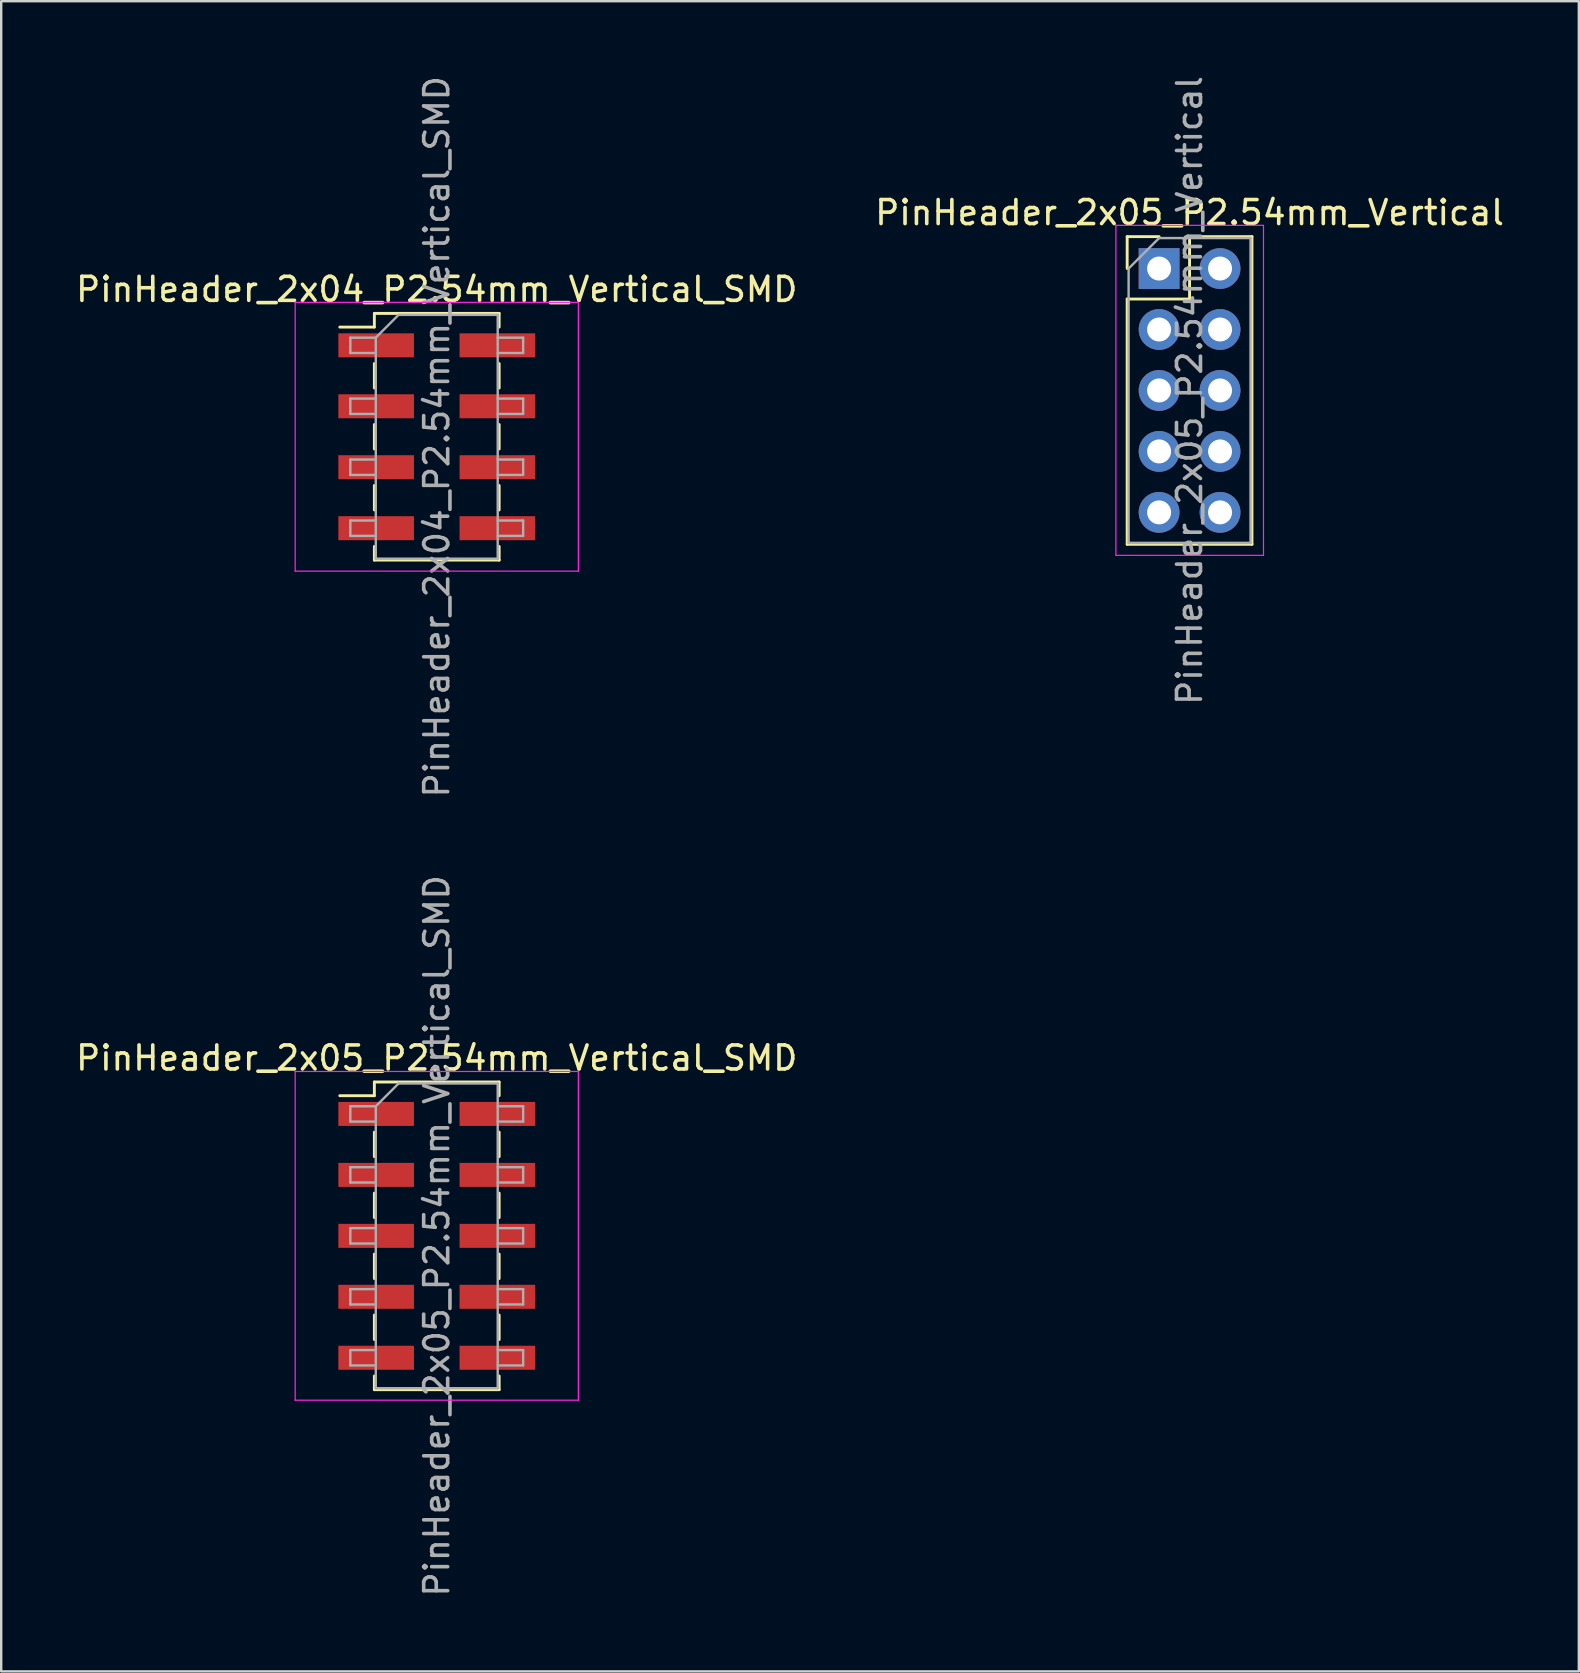
<source format=kicad_pcb>
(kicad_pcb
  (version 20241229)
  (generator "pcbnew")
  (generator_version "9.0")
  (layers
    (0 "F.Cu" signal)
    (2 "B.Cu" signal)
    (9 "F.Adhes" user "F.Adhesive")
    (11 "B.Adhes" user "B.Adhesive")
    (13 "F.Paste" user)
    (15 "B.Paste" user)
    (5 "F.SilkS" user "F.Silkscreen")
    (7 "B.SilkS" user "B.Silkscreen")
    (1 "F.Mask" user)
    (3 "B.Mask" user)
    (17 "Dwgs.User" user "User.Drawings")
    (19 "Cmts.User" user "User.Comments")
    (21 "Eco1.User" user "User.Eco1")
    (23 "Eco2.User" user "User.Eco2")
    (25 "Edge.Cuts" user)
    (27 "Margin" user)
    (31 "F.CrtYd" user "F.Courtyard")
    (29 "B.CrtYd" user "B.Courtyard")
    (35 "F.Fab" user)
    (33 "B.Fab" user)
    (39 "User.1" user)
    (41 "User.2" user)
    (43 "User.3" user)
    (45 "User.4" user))
  (footprint "PinHeader_2x05_P2.54mm_Vertical"
    (layer "F.Cu")
    (at 45.248 8.14)
    (property "Reference" "PinHeader_2x05_P2.54mm_Vertical" (at 1.27 -2.33 0) (layer "F.SilkS") (effects (font (size 1 1) (thickness 0.15))))
    (attr through_hole)
    (fp_line (start -1.33 -1.33) (end 0 -1.33) (stroke (width 0.12) (type solid)) (layer "F.SilkS"))
    (fp_line (start -1.33 0) (end -1.33 -1.33) (stroke (width 0.12) (type solid)) (layer "F.SilkS"))
    (fp_line (start -1.33 1.27) (end -1.33 11.49) (stroke (width 0.12) (type solid)) (layer "F.SilkS"))
    (fp_line (start -1.33 1.27) (end 1.27 1.27) (stroke (width 0.12) (type solid)) (layer "F.SilkS"))
    (fp_line (start -1.33 11.49) (end 3.87 11.49) (stroke (width 0.12) (type solid)) (layer "F.SilkS"))
    (fp_line (start 1.27 -1.33) (end 3.87 -1.33) (stroke (width 0.12) (type solid)) (layer "F.SilkS"))
    (fp_line (start 1.27 1.27) (end 1.27 -1.33) (stroke (width 0.12) (type solid)) (layer "F.SilkS"))
    (fp_line (start 3.87 -1.33) (end 3.87 11.49) (stroke (width 0.12) (type solid)) (layer "F.SilkS"))
    (fp_line (start -1.8 -1.8) (end -1.8 11.95) (stroke (width 0.05) (type solid)) (layer "F.CrtYd"))
    (fp_line (start -1.8 11.95) (end 4.35 11.95) (stroke (width 0.05) (type solid)) (layer "F.CrtYd"))
    (fp_line (start 4.35 -1.8) (end -1.8 -1.8) (stroke (width 0.05) (type solid)) (layer "F.CrtYd"))
    (fp_line (start 4.35 11.95) (end 4.35 -1.8) (stroke (width 0.05) (type solid)) (layer "F.CrtYd"))
    (fp_line (start -1.27 0) (end 0 -1.27) (stroke (width 0.1) (type solid)) (layer "F.Fab"))
    (fp_line (start -1.27 11.43) (end -1.27 0) (stroke (width 0.1) (type solid)) (layer "F.Fab"))
    (fp_line (start 0 -1.27) (end 3.81 -1.27) (stroke (width 0.1) (type solid)) (layer "F.Fab"))
    (fp_line (start 3.81 -1.27) (end 3.81 11.43) (stroke (width 0.1) (type solid)) (layer "F.Fab"))
    (fp_line (start 3.81 11.43) (end -1.27 11.43) (stroke (width 0.1) (type solid)) (layer "F.Fab"))
    (fp_text user "${REFERENCE}" (at 1.27 5.08 90) (layer "F.Fab") (effects (font (size 1 1) (thickness 0.15))))
    (pad "1" thru_hole rect (at 0 0) (size 1.7 1.7) (drill 1) (layers "*.Cu" "*.Mask"))
    (pad "2" thru_hole oval (at 2.54 0) (size 1.7 1.7) (drill 1) (layers "*.Cu" "*.Mask"))
    (pad "3" thru_hole oval (at 0 2.54) (size 1.7 1.7) (drill 1) (layers "*.Cu" "*.Mask"))
    (pad "4" thru_hole oval (at 2.54 2.54) (size 1.7 1.7) (drill 1) (layers "*.Cu" "*.Mask"))
    (pad "5" thru_hole oval (at 0 5.08) (size 1.7 1.7) (drill 1) (layers "*.Cu" "*.Mask"))
    (pad "6" thru_hole oval (at 2.54 5.08) (size 1.7 1.7) (drill 1) (layers "*.Cu" "*.Mask"))
    (pad "7" thru_hole oval (at 0 7.62) (size 1.7 1.7) (drill 1) (layers "*.Cu" "*.Mask"))
    (pad "8" thru_hole oval (at 2.54 7.62) (size 1.7 1.7) (drill 1) (layers "*.Cu" "*.Mask"))
    (pad "9" thru_hole oval (at 0 10.16) (size 1.7 1.7) (drill 1) (layers "*.Cu" "*.Mask"))
    (pad "10" thru_hole oval (at 2.54 10.16) (size 1.7 1.7) (drill 1) (layers "*.Cu" "*.Mask")))
  (footprint "PinHeader_2x05_P2.54mm_Vertical_SMD"
    (layer "F.Cu")
    (at 15.149 48.446)
    (property "Reference" "PinHeader_2x05_P2.54mm_Vertical_SMD" (at 0 -7.41 0) (layer "F.SilkS") (effects (font (size 1 1) (thickness 0.15))))
    (attr smd)
    (fp_line (start -4.04 -5.84) (end -2.6 -5.84) (stroke (width 0.12) (type solid)) (layer "F.SilkS"))
    (fp_line (start -2.6 -6.41) (end -2.6 -5.84) (stroke (width 0.12) (type solid)) (layer "F.SilkS"))
    (fp_line (start -2.6 -6.41) (end 2.6 -6.41) (stroke (width 0.12) (type solid)) (layer "F.SilkS"))
    (fp_line (start -2.6 -4.32) (end -2.6 -3.3) (stroke (width 0.12) (type solid)) (layer "F.SilkS"))
    (fp_line (start -2.6 -1.78) (end -2.6 -0.76) (stroke (width 0.12) (type solid)) (layer "F.SilkS"))
    (fp_line (start -2.6 0.76) (end -2.6 1.78) (stroke (width 0.12) (type solid)) (layer "F.SilkS"))
    (fp_line (start -2.6 3.3) (end -2.6 4.32) (stroke (width 0.12) (type solid)) (layer "F.SilkS"))
    (fp_line (start -2.6 5.84) (end -2.6 6.41) (stroke (width 0.12) (type solid)) (layer "F.SilkS"))
    (fp_line (start -2.6 6.41) (end 2.6 6.41) (stroke (width 0.12) (type solid)) (layer "F.SilkS"))
    (fp_line (start 2.6 -6.41) (end 2.6 -5.84) (stroke (width 0.12) (type solid)) (layer "F.SilkS"))
    (fp_line (start 2.6 -4.32) (end 2.6 -3.3) (stroke (width 0.12) (type solid)) (layer "F.SilkS"))
    (fp_line (start 2.6 -1.78) (end 2.6 -0.76) (stroke (width 0.12) (type solid)) (layer "F.SilkS"))
    (fp_line (start 2.6 0.76) (end 2.6 1.78) (stroke (width 0.12) (type solid)) (layer "F.SilkS"))
    (fp_line (start 2.6 3.3) (end 2.6 4.32) (stroke (width 0.12) (type solid)) (layer "F.SilkS"))
    (fp_line (start 2.6 5.84) (end 2.6 6.41) (stroke (width 0.12) (type solid)) (layer "F.SilkS"))
    (fp_line (start -5.9 -6.85) (end -5.9 6.85) (stroke (width 0.05) (type solid)) (layer "F.CrtYd"))
    (fp_line (start -5.9 6.85) (end 5.9 6.85) (stroke (width 0.05) (type solid)) (layer "F.CrtYd"))
    (fp_line (start 5.9 -6.85) (end -5.9 -6.85) (stroke (width 0.05) (type solid)) (layer "F.CrtYd"))
    (fp_line (start 5.9 6.85) (end 5.9 -6.85) (stroke (width 0.05) (type solid)) (layer "F.CrtYd"))
    (fp_line (start -3.6 -5.4) (end -3.6 -4.76) (stroke (width 0.1) (type solid)) (layer "F.Fab"))
    (fp_line (start -3.6 -4.76) (end -2.54 -4.76) (stroke (width 0.1) (type solid)) (layer "F.Fab"))
    (fp_line (start -3.6 -2.86) (end -3.6 -2.22) (stroke (width 0.1) (type solid)) (layer "F.Fab"))
    (fp_line (start -3.6 -2.22) (end -2.54 -2.22) (stroke (width 0.1) (type solid)) (layer "F.Fab"))
    (fp_line (start -3.6 -0.32) (end -3.6 0.32) (stroke (width 0.1) (type solid)) (layer "F.Fab"))
    (fp_line (start -3.6 0.32) (end -2.54 0.32) (stroke (width 0.1) (type solid)) (layer "F.Fab"))
    (fp_line (start -3.6 2.22) (end -3.6 2.86) (stroke (width 0.1) (type solid)) (layer "F.Fab"))
    (fp_line (start -3.6 2.86) (end -2.54 2.86) (stroke (width 0.1) (type solid)) (layer "F.Fab"))
    (fp_line (start -3.6 4.76) (end -3.6 5.4) (stroke (width 0.1) (type solid)) (layer "F.Fab"))
    (fp_line (start -3.6 5.4) (end -2.54 5.4) (stroke (width 0.1) (type solid)) (layer "F.Fab"))
    (fp_line (start -2.54 -5.4) (end -3.6 -5.4) (stroke (width 0.1) (type solid)) (layer "F.Fab"))
    (fp_line (start -2.54 -5.4) (end -1.59 -6.35) (stroke (width 0.1) (type solid)) (layer "F.Fab"))
    (fp_line (start -2.54 -2.86) (end -3.6 -2.86) (stroke (width 0.1) (type solid)) (layer "F.Fab"))
    (fp_line (start -2.54 -0.32) (end -3.6 -0.32) (stroke (width 0.1) (type solid)) (layer "F.Fab"))
    (fp_line (start -2.54 2.22) (end -3.6 2.22) (stroke (width 0.1) (type solid)) (layer "F.Fab"))
    (fp_line (start -2.54 4.76) (end -3.6 4.76) (stroke (width 0.1) (type solid)) (layer "F.Fab"))
    (fp_line (start -2.54 6.35) (end -2.54 -5.4) (stroke (width 0.1) (type solid)) (layer "F.Fab"))
    (fp_line (start -1.59 -6.35) (end 2.54 -6.35) (stroke (width 0.1) (type solid)) (layer "F.Fab"))
    (fp_line (start 2.54 -6.35) (end 2.54 6.35) (stroke (width 0.1) (type solid)) (layer "F.Fab"))
    (fp_line (start 2.54 -5.4) (end 3.6 -5.4) (stroke (width 0.1) (type solid)) (layer "F.Fab"))
    (fp_line (start 2.54 -2.86) (end 3.6 -2.86) (stroke (width 0.1) (type solid)) (layer "F.Fab"))
    (fp_line (start 2.54 -0.32) (end 3.6 -0.32) (stroke (width 0.1) (type solid)) (layer "F.Fab"))
    (fp_line (start 2.54 2.22) (end 3.6 2.22) (stroke (width 0.1) (type solid)) (layer "F.Fab"))
    (fp_line (start 2.54 4.76) (end 3.6 4.76) (stroke (width 0.1) (type solid)) (layer "F.Fab"))
    (fp_line (start 2.54 6.35) (end -2.54 6.35) (stroke (width 0.1) (type solid)) (layer "F.Fab"))
    (fp_line (start 3.6 -5.4) (end 3.6 -4.76) (stroke (width 0.1) (type solid)) (layer "F.Fab"))
    (fp_line (start 3.6 -4.76) (end 2.54 -4.76) (stroke (width 0.1) (type solid)) (layer "F.Fab"))
    (fp_line (start 3.6 -2.86) (end 3.6 -2.22) (stroke (width 0.1) (type solid)) (layer "F.Fab"))
    (fp_line (start 3.6 -2.22) (end 2.54 -2.22) (stroke (width 0.1) (type solid)) (layer "F.Fab"))
    (fp_line (start 3.6 -0.32) (end 3.6 0.32) (stroke (width 0.1) (type solid)) (layer "F.Fab"))
    (fp_line (start 3.6 0.32) (end 2.54 0.32) (stroke (width 0.1) (type solid)) (layer "F.Fab"))
    (fp_line (start 3.6 2.22) (end 3.6 2.86) (stroke (width 0.1) (type solid)) (layer "F.Fab"))
    (fp_line (start 3.6 2.86) (end 2.54 2.86) (stroke (width 0.1) (type solid)) (layer "F.Fab"))
    (fp_line (start 3.6 4.76) (end 3.6 5.4) (stroke (width 0.1) (type solid)) (layer "F.Fab"))
    (fp_line (start 3.6 5.4) (end 2.54 5.4) (stroke (width 0.1) (type solid)) (layer "F.Fab"))
    (fp_text user "${REFERENCE}" (at 0 0 90) (layer "F.Fab") (effects (font (size 1 1) (thickness 0.15))))
    (pad "1" smd rect (at -2.525 -5.08) (size 3.15 1) (layers "F.Cu" "F.Mask" "F.Paste"))
    (pad "2" smd rect (at 2.525 -5.08) (size 3.15 1) (layers "F.Cu" "F.Mask" "F.Paste"))
    (pad "3" smd rect (at -2.525 -2.54) (size 3.15 1) (layers "F.Cu" "F.Mask" "F.Paste"))
    (pad "4" smd rect (at 2.525 -2.54) (size 3.15 1) (layers "F.Cu" "F.Mask" "F.Paste"))
    (pad "5" smd rect (at -2.525 0) (size 3.15 1) (layers "F.Cu" "F.Mask" "F.Paste"))
    (pad "6" smd rect (at 2.525 0) (size 3.15 1) (layers "F.Cu" "F.Mask" "F.Paste"))
    (pad "7" smd rect (at -2.525 2.54) (size 3.15 1) (layers "F.Cu" "F.Mask" "F.Paste"))
    (pad "8" smd rect (at 2.525 2.54) (size 3.15 1) (layers "F.Cu" "F.Mask" "F.Paste"))
    (pad "9" smd rect (at -2.525 5.08) (size 3.15 1) (layers "F.Cu" "F.Mask" "F.Paste"))
    (pad "10" smd rect (at 2.525 5.08) (size 3.15 1) (layers "F.Cu" "F.Mask" "F.Paste")))
  (footprint "PinHeader_2x04_P2.54mm_Vertical_SMD"
    (layer "F.Cu")
    (at 15.149 15.149)
    (property "Reference" "PinHeader_2x04_P2.54mm_Vertical_SMD" (at 0 -6.14 0) (layer "F.SilkS") (effects (font (size 1 1) (thickness 0.15))))
    (attr smd)
    (fp_line (start -4.04 -4.57) (end -2.6 -4.57) (stroke (width 0.12) (type solid)) (layer "F.SilkS"))
    (fp_line (start -2.6 -5.14) (end -2.6 -4.57) (stroke (width 0.12) (type solid)) (layer "F.SilkS"))
    (fp_line (start -2.6 -5.14) (end 2.6 -5.14) (stroke (width 0.12) (type solid)) (layer "F.SilkS"))
    (fp_line (start -2.6 -3.05) (end -2.6 -2.03) (stroke (width 0.12) (type solid)) (layer "F.SilkS"))
    (fp_line (start -2.6 -0.51) (end -2.6 0.51) (stroke (width 0.12) (type solid)) (layer "F.SilkS"))
    (fp_line (start -2.6 2.03) (end -2.6 3.05) (stroke (width 0.12) (type solid)) (layer "F.SilkS"))
    (fp_line (start -2.6 4.57) (end -2.6 5.14) (stroke (width 0.12) (type solid)) (layer "F.SilkS"))
    (fp_line (start -2.6 5.14) (end 2.6 5.14) (stroke (width 0.12) (type solid)) (layer "F.SilkS"))
    (fp_line (start 2.6 -5.14) (end 2.6 -4.57) (stroke (width 0.12) (type solid)) (layer "F.SilkS"))
    (fp_line (start 2.6 -3.05) (end 2.6 -2.03) (stroke (width 0.12) (type solid)) (layer "F.SilkS"))
    (fp_line (start 2.6 -0.51) (end 2.6 0.51) (stroke (width 0.12) (type solid)) (layer "F.SilkS"))
    (fp_line (start 2.6 2.03) (end 2.6 3.05) (stroke (width 0.12) (type solid)) (layer "F.SilkS"))
    (fp_line (start 2.6 4.57) (end 2.6 5.14) (stroke (width 0.12) (type solid)) (layer "F.SilkS"))
    (fp_line (start -5.9 -5.6) (end -5.9 5.6) (stroke (width 0.05) (type solid)) (layer "F.CrtYd"))
    (fp_line (start -5.9 5.6) (end 5.9 5.6) (stroke (width 0.05) (type solid)) (layer "F.CrtYd"))
    (fp_line (start 5.9 -5.6) (end -5.9 -5.6) (stroke (width 0.05) (type solid)) (layer "F.CrtYd"))
    (fp_line (start 5.9 5.6) (end 5.9 -5.6) (stroke (width 0.05) (type solid)) (layer "F.CrtYd"))
    (fp_line (start -3.6 -4.13) (end -3.6 -3.49) (stroke (width 0.1) (type solid)) (layer "F.Fab"))
    (fp_line (start -3.6 -3.49) (end -2.54 -3.49) (stroke (width 0.1) (type solid)) (layer "F.Fab"))
    (fp_line (start -3.6 -1.59) (end -3.6 -0.95) (stroke (width 0.1) (type solid)) (layer "F.Fab"))
    (fp_line (start -3.6 -0.95) (end -2.54 -0.95) (stroke (width 0.1) (type solid)) (layer "F.Fab"))
    (fp_line (start -3.6 0.95) (end -3.6 1.59) (stroke (width 0.1) (type solid)) (layer "F.Fab"))
    (fp_line (start -3.6 1.59) (end -2.54 1.59) (stroke (width 0.1) (type solid)) (layer "F.Fab"))
    (fp_line (start -3.6 3.49) (end -3.6 4.13) (stroke (width 0.1) (type solid)) (layer "F.Fab"))
    (fp_line (start -3.6 4.13) (end -2.54 4.13) (stroke (width 0.1) (type solid)) (layer "F.Fab"))
    (fp_line (start -2.54 -4.13) (end -3.6 -4.13) (stroke (width 0.1) (type solid)) (layer "F.Fab"))
    (fp_line (start -2.54 -4.13) (end -1.59 -5.08) (stroke (width 0.1) (type solid)) (layer "F.Fab"))
    (fp_line (start -2.54 -1.59) (end -3.6 -1.59) (stroke (width 0.1) (type solid)) (layer "F.Fab"))
    (fp_line (start -2.54 0.95) (end -3.6 0.95) (stroke (width 0.1) (type solid)) (layer "F.Fab"))
    (fp_line (start -2.54 3.49) (end -3.6 3.49) (stroke (width 0.1) (type solid)) (layer "F.Fab"))
    (fp_line (start -2.54 5.08) (end -2.54 -4.13) (stroke (width 0.1) (type solid)) (layer "F.Fab"))
    (fp_line (start -1.59 -5.08) (end 2.54 -5.08) (stroke (width 0.1) (type solid)) (layer "F.Fab"))
    (fp_line (start 2.54 -5.08) (end 2.54 5.08) (stroke (width 0.1) (type solid)) (layer "F.Fab"))
    (fp_line (start 2.54 -4.13) (end 3.6 -4.13) (stroke (width 0.1) (type solid)) (layer "F.Fab"))
    (fp_line (start 2.54 -1.59) (end 3.6 -1.59) (stroke (width 0.1) (type solid)) (layer "F.Fab"))
    (fp_line (start 2.54 0.95) (end 3.6 0.95) (stroke (width 0.1) (type solid)) (layer "F.Fab"))
    (fp_line (start 2.54 3.49) (end 3.6 3.49) (stroke (width 0.1) (type solid)) (layer "F.Fab"))
    (fp_line (start 2.54 5.08) (end -2.54 5.08) (stroke (width 0.1) (type solid)) (layer "F.Fab"))
    (fp_line (start 3.6 -4.13) (end 3.6 -3.49) (stroke (width 0.1) (type solid)) (layer "F.Fab"))
    (fp_line (start 3.6 -3.49) (end 2.54 -3.49) (stroke (width 0.1) (type solid)) (layer "F.Fab"))
    (fp_line (start 3.6 -1.59) (end 3.6 -0.95) (stroke (width 0.1) (type solid)) (layer "F.Fab"))
    (fp_line (start 3.6 -0.95) (end 2.54 -0.95) (stroke (width 0.1) (type solid)) (layer "F.Fab"))
    (fp_line (start 3.6 0.95) (end 3.6 1.59) (stroke (width 0.1) (type solid)) (layer "F.Fab"))
    (fp_line (start 3.6 1.59) (end 2.54 1.59) (stroke (width 0.1) (type solid)) (layer "F.Fab"))
    (fp_line (start 3.6 3.49) (end 3.6 4.13) (stroke (width 0.1) (type solid)) (layer "F.Fab"))
    (fp_line (start 3.6 4.13) (end 2.54 4.13) (stroke (width 0.1) (type solid)) (layer "F.Fab"))
    (fp_text user "${REFERENCE}" (at 0 0 90) (layer "F.Fab") (effects (font (size 1 1) (thickness 0.15))))
    (pad "1" smd rect (at -2.525 -3.81) (size 3.15 1) (layers "F.Cu" "F.Mask" "F.Paste"))
    (pad "2" smd rect (at 2.525 -3.81) (size 3.15 1) (layers "F.Cu" "F.Mask" "F.Paste"))
    (pad "3" smd rect (at -2.525 -1.27) (size 3.15 1) (layers "F.Cu" "F.Mask" "F.Paste"))
    (pad "4" smd rect (at 2.525 -1.27) (size 3.15 1) (layers "F.Cu" "F.Mask" "F.Paste"))
    (pad "5" smd rect (at -2.525 1.27) (size 3.15 1) (layers "F.Cu" "F.Mask" "F.Paste"))
    (pad "6" smd rect (at 2.525 1.27) (size 3.15 1) (layers "F.Cu" "F.Mask" "F.Paste"))
    (pad "7" smd rect (at -2.525 3.81) (size 3.15 1) (layers "F.Cu" "F.Mask" "F.Paste"))
    (pad "8" smd rect (at 2.525 3.81) (size 3.15 1) (layers "F.Cu" "F.Mask" "F.Paste")))
  (gr_rect
    (start -3 -3)
    (end 62.738 66.595)
    (stroke (width 0.1) (type default))
    (fill no)
    (layer "Edge.Cuts")))
</source>
